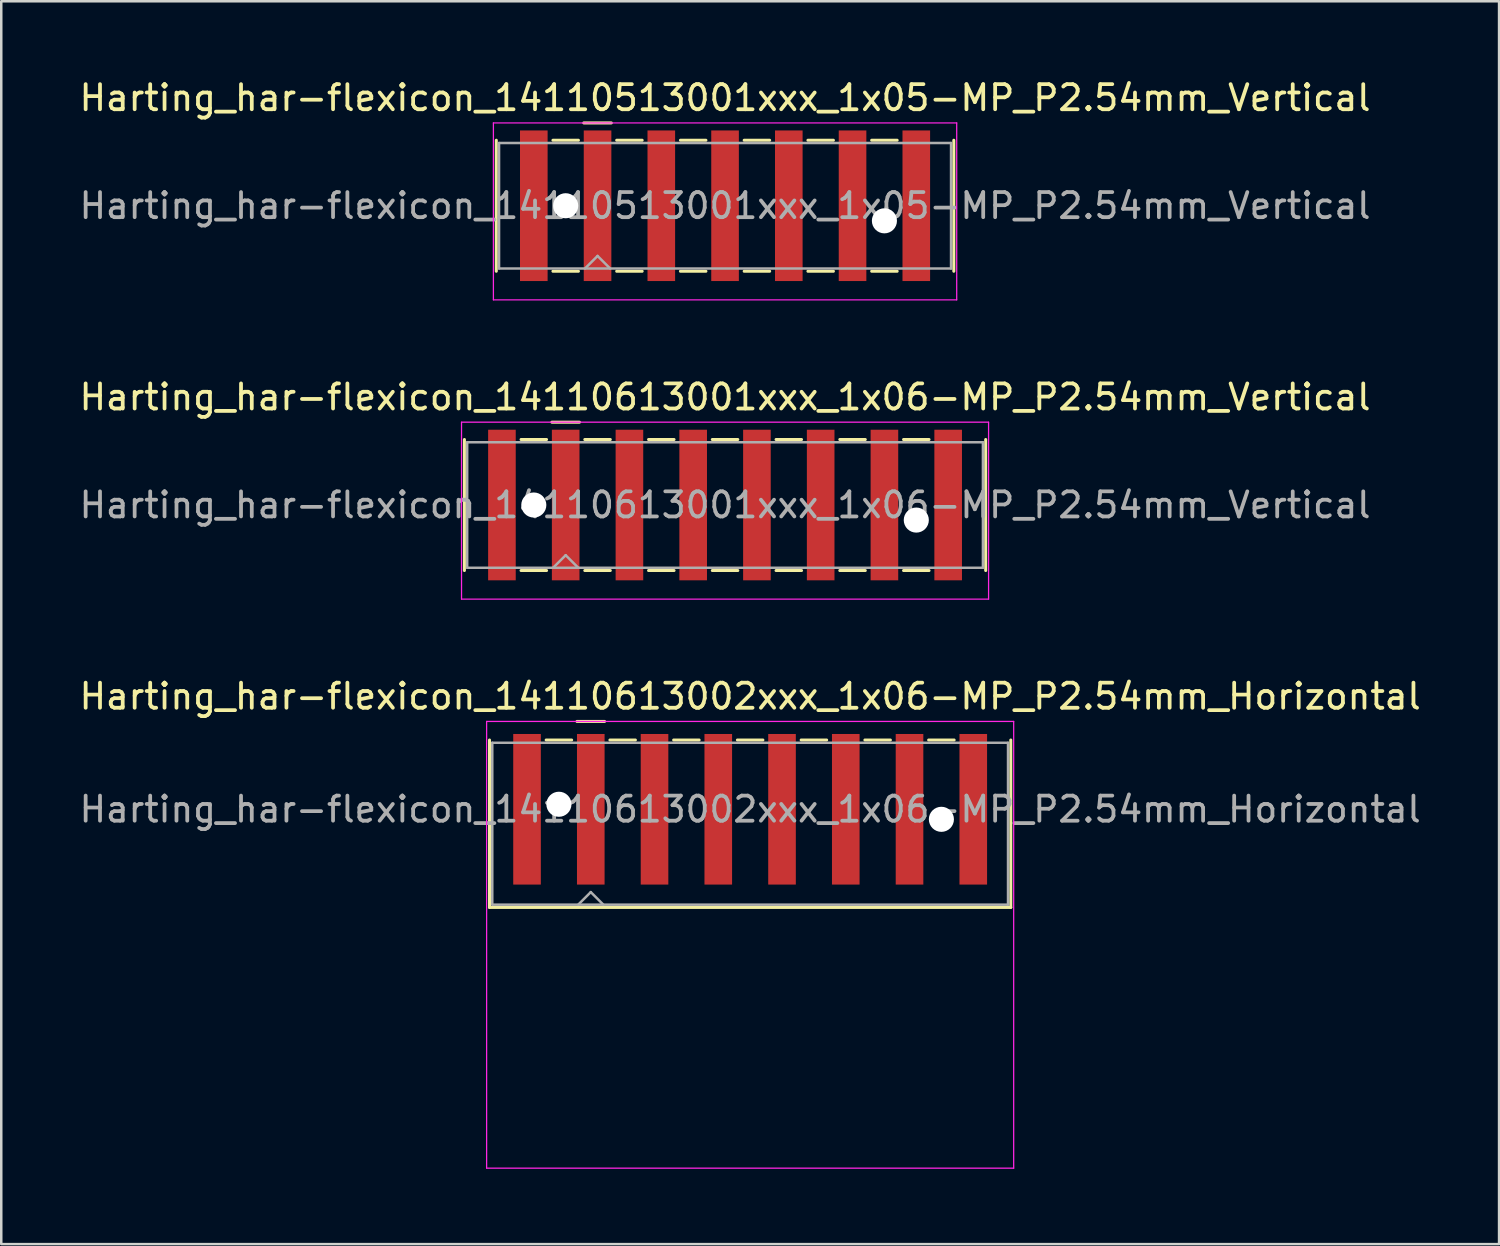
<source format=kicad_pcb>
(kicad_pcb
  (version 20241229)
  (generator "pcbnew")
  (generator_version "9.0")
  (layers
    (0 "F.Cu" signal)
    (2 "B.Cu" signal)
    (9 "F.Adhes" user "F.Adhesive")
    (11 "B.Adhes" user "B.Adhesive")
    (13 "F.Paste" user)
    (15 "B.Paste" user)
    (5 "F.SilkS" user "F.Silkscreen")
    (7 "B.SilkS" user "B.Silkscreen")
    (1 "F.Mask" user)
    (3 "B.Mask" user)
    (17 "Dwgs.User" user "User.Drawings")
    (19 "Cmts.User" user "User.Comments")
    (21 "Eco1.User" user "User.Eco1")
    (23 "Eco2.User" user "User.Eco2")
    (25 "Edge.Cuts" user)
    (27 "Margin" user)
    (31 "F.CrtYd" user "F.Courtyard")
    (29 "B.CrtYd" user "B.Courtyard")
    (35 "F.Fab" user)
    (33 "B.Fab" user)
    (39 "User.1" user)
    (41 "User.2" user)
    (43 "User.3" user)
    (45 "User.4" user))
  (footprint "Harting_har-flexicon_14110613001xxx_1x06-MP_P2.54mm_Vertical"
    (layer "F.Cu")
    (at 25.839 17.072)
    (property "Reference" "Harting_har-flexicon_14110613001xxx_1x06-MP_P2.54mm_Vertical" (at 0 -4.3 0) (layer "F.SilkS") (effects (font (size 1 1) (thickness 0.15))))
    (attr smd)
    (fp_line (start -10.385 -2.61) (end -10.385 2.61) (stroke (width 0.12) (type solid)) (layer "F.SilkS"))
    (fp_line (start -8.128 -2.61) (end -7.112 -2.61) (stroke (width 0.12) (type solid)) (layer "F.SilkS"))
    (fp_line (start -8.128 2.61) (end -7.112 2.61) (stroke (width 0.12) (type solid)) (layer "F.SilkS"))
    (fp_line (start -6.9 -3.3) (end -5.8 -3.3) (stroke (width 0.12) (type solid)) (layer "F.SilkS"))
    (fp_line (start -5.588 -2.61) (end -4.572 -2.61) (stroke (width 0.12) (type solid)) (layer "F.SilkS"))
    (fp_line (start -5.588 2.61) (end -4.572 2.61) (stroke (width 0.12) (type solid)) (layer "F.SilkS"))
    (fp_line (start -3.048 -2.61) (end -2.032 -2.61) (stroke (width 0.12) (type solid)) (layer "F.SilkS"))
    (fp_line (start -3.048 2.61) (end -2.032 2.61) (stroke (width 0.12) (type solid)) (layer "F.SilkS"))
    (fp_line (start -0.508 -2.61) (end 0.508 -2.61) (stroke (width 0.12) (type solid)) (layer "F.SilkS"))
    (fp_line (start -0.508 2.61) (end 0.508 2.61) (stroke (width 0.12) (type solid)) (layer "F.SilkS"))
    (fp_line (start 2.032 -2.61) (end 3.048 -2.61) (stroke (width 0.12) (type solid)) (layer "F.SilkS"))
    (fp_line (start 2.032 2.61) (end 3.048 2.61) (stroke (width 0.12) (type solid)) (layer "F.SilkS"))
    (fp_line (start 4.572 -2.61) (end 5.588 -2.61) (stroke (width 0.12) (type solid)) (layer "F.SilkS"))
    (fp_line (start 4.572 2.61) (end 5.588 2.61) (stroke (width 0.12) (type solid)) (layer "F.SilkS"))
    (fp_line (start 7.112 -2.61) (end 8.128 -2.61) (stroke (width 0.12) (type solid)) (layer "F.SilkS"))
    (fp_line (start 7.112 2.61) (end 8.128 2.61) (stroke (width 0.12) (type solid)) (layer "F.SilkS"))
    (fp_line (start 10.385 -2.61) (end 10.385 2.61) (stroke (width 0.12) (type solid)) (layer "F.SilkS"))
    (fp_line (start -10.5 -3.3) (end -10.5 3.75) (stroke (width 0.05) (type solid)) (layer "F.CrtYd"))
    (fp_line (start -10.5 3.75) (end 10.5 3.75) (stroke (width 0.05) (type solid)) (layer "F.CrtYd"))
    (fp_line (start 10.5 -3.3) (end -10.5 -3.3) (stroke (width 0.05) (type solid)) (layer "F.CrtYd"))
    (fp_line (start 10.5 3.75) (end 10.5 -3.3) (stroke (width 0.05) (type solid)) (layer "F.CrtYd"))
    (fp_line (start -10.275 -2.5) (end -10.275 2.5) (stroke (width 0.1) (type solid)) (layer "F.Fab"))
    (fp_line (start -10.275 2.5) (end 10.275 2.5) (stroke (width 0.1) (type solid)) (layer "F.Fab"))
    (fp_line (start -6.85 2.5) (end -6.35 2) (stroke (width 0.1) (type solid)) (layer "F.Fab"))
    (fp_line (start -6.35 2) (end -5.85 2.5) (stroke (width 0.1) (type solid)) (layer "F.Fab"))
    (fp_line (start 10.275 -2.5) (end -10.275 -2.5) (stroke (width 0.1) (type solid)) (layer "F.Fab"))
    (fp_line (start 10.275 2.5) (end 10.275 -2.5) (stroke (width 0.1) (type solid)) (layer "F.Fab"))
    (fp_text user "${REFERENCE}" (at 0 0 0) (layer "F.Fab") (effects (font (size 1 1) (thickness 0.15))))
    (pad "" np_thru_hole circle (at -7.62 0) (size 1 1) (drill 1) (layers "*.Cu" "*.Mask"))
    (pad "" np_thru_hole circle (at 7.62 0.6) (size 1 1) (drill 1) (layers "*.Cu" "*.Mask"))
    (pad "1" smd rect (at -6.35 0) (size 1.1 6) (layers "F.Cu" "F.Mask" "F.Paste"))
    (pad "2" smd rect (at -3.81 0) (size 1.1 6) (layers "F.Cu" "F.Mask" "F.Paste"))
    (pad "3" smd rect (at -1.27 0) (size 1.1 6) (layers "F.Cu" "F.Mask" "F.Paste"))
    (pad "4" smd rect (at 1.27 0) (size 1.1 6) (layers "F.Cu" "F.Mask" "F.Paste"))
    (pad "5" smd rect (at 3.81 0) (size 1.1 6) (layers "F.Cu" "F.Mask" "F.Paste"))
    (pad "6" smd rect (at 6.35 0) (size 1.1 6) (layers "F.Cu" "F.Mask" "F.Paste"))
    (pad "MP" smd rect (at -8.89 0) (size 1.1 6) (layers "F.Cu" "F.Mask" "F.Paste"))
    (pad "MP" smd rect (at 8.89 0) (size 1.1 6) (layers "F.Cu" "F.Mask" "F.Paste")))
  (footprint "Harting_har-flexicon_14110613002xxx_1x06-MP_P2.54mm_Horizontal"
    (layer "F.Cu")
    (at 26.839 30.495)
    (property "Reference" "Harting_har-flexicon_14110613002xxx_1x06-MP_P2.54mm_Horizontal" (at 0 -5.8 0) (layer "F.SilkS") (effects (font (size 1 1) (thickness 0.15))))
    (attr smd)
    (fp_line (start -10.385 -4.06) (end -10.385 2.61) (stroke (width 0.12) (type solid)) (layer "F.SilkS"))
    (fp_line (start -8.128 -4.06) (end -7.112 -4.06) (stroke (width 0.12) (type solid)) (layer "F.SilkS"))
    (fp_line (start -6.9 -4.8) (end -5.8 -4.8) (stroke (width 0.12) (type solid)) (layer "F.SilkS"))
    (fp_line (start -5.588 -4.06) (end -4.572 -4.06) (stroke (width 0.12) (type solid)) (layer "F.SilkS"))
    (fp_line (start -3.048 -4.06) (end -2.032 -4.06) (stroke (width 0.12) (type solid)) (layer "F.SilkS"))
    (fp_line (start -0.508 -4.06) (end 0.508 -4.06) (stroke (width 0.12) (type solid)) (layer "F.SilkS"))
    (fp_line (start 2.032 -4.06) (end 3.048 -4.06) (stroke (width 0.12) (type solid)) (layer "F.SilkS"))
    (fp_line (start 4.572 -4.06) (end 5.588 -4.06) (stroke (width 0.12) (type solid)) (layer "F.SilkS"))
    (fp_line (start 7.112 -4.06) (end 8.128 -4.06) (stroke (width 0.12) (type solid)) (layer "F.SilkS"))
    (fp_line (start 10.385 -4.06) (end 10.385 2.61) (stroke (width 0.12) (type solid)) (layer "F.SilkS"))
    (fp_line (start 10.385 2.61) (end -10.385 2.61) (stroke (width 0.12) (type solid)) (layer "F.SilkS"))
    (fp_line (start -10.5 -4.8) (end -10.5 13) (stroke (width 0.05) (type solid)) (layer "F.CrtYd"))
    (fp_line (start -10.5 13) (end 10.5 13) (stroke (width 0.05) (type solid)) (layer "F.CrtYd"))
    (fp_line (start 10.5 -4.8) (end -10.5 -4.8) (stroke (width 0.05) (type solid)) (layer "F.CrtYd"))
    (fp_line (start 10.5 13) (end 10.5 -4.8) (stroke (width 0.05) (type solid)) (layer "F.CrtYd"))
    (fp_line (start -10.275 -3.95) (end -10.275 2.5) (stroke (width 0.1) (type solid)) (layer "F.Fab"))
    (fp_line (start -10.275 2.5) (end 10.275 2.5) (stroke (width 0.1) (type solid)) (layer "F.Fab"))
    (fp_line (start -6.85 2.5) (end -6.35 2) (stroke (width 0.1) (type solid)) (layer "F.Fab"))
    (fp_line (start -6.35 2) (end -5.85 2.5) (stroke (width 0.1) (type solid)) (layer "F.Fab"))
    (fp_line (start 10.275 -3.95) (end -10.275 -3.95) (stroke (width 0.1) (type solid)) (layer "F.Fab"))
    (fp_line (start 10.275 2.5) (end 10.275 -3.95) (stroke (width 0.1) (type solid)) (layer "F.Fab"))
    (fp_text user "${REFERENCE}" (at 0 -1.3 0) (layer "F.Fab") (effects (font (size 1 1) (thickness 0.15))))
    (pad "" np_thru_hole circle (at -7.62 -1.5) (size 1 1) (drill 1) (layers "*.Cu" "*.Mask"))
    (pad "" np_thru_hole circle (at 7.62 -0.9) (size 1 1) (drill 1) (layers "*.Cu" "*.Mask"))
    (pad "1" smd rect (at -6.35 -1.3) (size 1.1 6) (layers "F.Cu" "F.Mask" "F.Paste"))
    (pad "2" smd rect (at -3.81 -1.3) (size 1.1 6) (layers "F.Cu" "F.Mask" "F.Paste"))
    (pad "3" smd rect (at -1.27 -1.3) (size 1.1 6) (layers "F.Cu" "F.Mask" "F.Paste"))
    (pad "4" smd rect (at 1.27 -1.3) (size 1.1 6) (layers "F.Cu" "F.Mask" "F.Paste"))
    (pad "5" smd rect (at 3.81 -1.3) (size 1.1 6) (layers "F.Cu" "F.Mask" "F.Paste"))
    (pad "6" smd rect (at 6.35 -1.3) (size 1.1 6) (layers "F.Cu" "F.Mask" "F.Paste"))
    (pad "MP" smd rect (at -8.89 -1.3) (size 1.1 6) (layers "F.Cu" "F.Mask" "F.Paste"))
    (pad "MP" smd rect (at 8.89 -1.3) (size 1.1 6) (layers "F.Cu" "F.Mask" "F.Paste")))
  (footprint "Harting_har-flexicon_14110513001xxx_1x05-MP_P2.54mm_Vertical"
    (layer "F.Cu")
    (at 25.839 5.148)
    (property "Reference" "Harting_har-flexicon_14110513001xxx_1x05-MP_P2.54mm_Vertical" (at 0 -4.3 0) (layer "F.SilkS") (effects (font (size 1 1) (thickness 0.15))))
    (attr smd)
    (fp_line (start -9.115 -2.61) (end -9.115 2.61) (stroke (width 0.12) (type solid)) (layer "F.SilkS"))
    (fp_line (start -6.858 -2.61) (end -5.842 -2.61) (stroke (width 0.12) (type solid)) (layer "F.SilkS"))
    (fp_line (start -6.858 2.61) (end -5.842 2.61) (stroke (width 0.12) (type solid)) (layer "F.SilkS"))
    (fp_line (start -5.63 -3.3) (end -4.53 -3.3) (stroke (width 0.12) (type solid)) (layer "F.SilkS"))
    (fp_line (start -4.318 -2.61) (end -3.302 -2.61) (stroke (width 0.12) (type solid)) (layer "F.SilkS"))
    (fp_line (start -4.318 2.61) (end -3.302 2.61) (stroke (width 0.12) (type solid)) (layer "F.SilkS"))
    (fp_line (start -1.778 -2.61) (end -0.762 -2.61) (stroke (width 0.12) (type solid)) (layer "F.SilkS"))
    (fp_line (start -1.778 2.61) (end -0.762 2.61) (stroke (width 0.12) (type solid)) (layer "F.SilkS"))
    (fp_line (start 0.762 -2.61) (end 1.778 -2.61) (stroke (width 0.12) (type solid)) (layer "F.SilkS"))
    (fp_line (start 0.762 2.61) (end 1.778 2.61) (stroke (width 0.12) (type solid)) (layer "F.SilkS"))
    (fp_line (start 3.302 -2.61) (end 4.318 -2.61) (stroke (width 0.12) (type solid)) (layer "F.SilkS"))
    (fp_line (start 3.302 2.61) (end 4.318 2.61) (stroke (width 0.12) (type solid)) (layer "F.SilkS"))
    (fp_line (start 5.842 -2.61) (end 6.858 -2.61) (stroke (width 0.12) (type solid)) (layer "F.SilkS"))
    (fp_line (start 5.842 2.61) (end 6.858 2.61) (stroke (width 0.12) (type solid)) (layer "F.SilkS"))
    (fp_line (start 9.115 -2.61) (end 9.115 2.61) (stroke (width 0.12) (type solid)) (layer "F.SilkS"))
    (fp_line (start -9.23 -3.3) (end -9.23 3.75) (stroke (width 0.05) (type solid)) (layer "F.CrtYd"))
    (fp_line (start -9.23 3.75) (end 9.23 3.75) (stroke (width 0.05) (type solid)) (layer "F.CrtYd"))
    (fp_line (start 9.23 -3.3) (end -9.23 -3.3) (stroke (width 0.05) (type solid)) (layer "F.CrtYd"))
    (fp_line (start 9.23 3.75) (end 9.23 -3.3) (stroke (width 0.05) (type solid)) (layer "F.CrtYd"))
    (fp_line (start -9.005 -2.5) (end -9.005 2.5) (stroke (width 0.1) (type solid)) (layer "F.Fab"))
    (fp_line (start -9.005 2.5) (end 9.005 2.5) (stroke (width 0.1) (type solid)) (layer "F.Fab"))
    (fp_line (start -5.58 2.5) (end -5.08 2) (stroke (width 0.1) (type solid)) (layer "F.Fab"))
    (fp_line (start -5.08 2) (end -4.58 2.5) (stroke (width 0.1) (type solid)) (layer "F.Fab"))
    (fp_line (start 9.005 -2.5) (end -9.005 -2.5) (stroke (width 0.1) (type solid)) (layer "F.Fab"))
    (fp_line (start 9.005 2.5) (end 9.005 -2.5) (stroke (width 0.1) (type solid)) (layer "F.Fab"))
    (fp_text user "${REFERENCE}" (at 0 0 0) (layer "F.Fab") (effects (font (size 1 1) (thickness 0.15))))
    (pad "" np_thru_hole circle (at -6.35 0) (size 1 1) (drill 1) (layers "*.Cu" "*.Mask"))
    (pad "" np_thru_hole circle (at 6.35 0.6) (size 1 1) (drill 1) (layers "*.Cu" "*.Mask"))
    (pad "1" smd rect (at -5.08 0) (size 1.1 6) (layers "F.Cu" "F.Mask" "F.Paste"))
    (pad "2" smd rect (at -2.54 0) (size 1.1 6) (layers "F.Cu" "F.Mask" "F.Paste"))
    (pad "3" smd rect (at 0 0) (size 1.1 6) (layers "F.Cu" "F.Mask" "F.Paste"))
    (pad "4" smd rect (at 2.54 0) (size 1.1 6) (layers "F.Cu" "F.Mask" "F.Paste"))
    (pad "5" smd rect (at 5.08 0) (size 1.1 6) (layers "F.Cu" "F.Mask" "F.Paste"))
    (pad "MP" smd rect (at -7.62 0) (size 1.1 6) (layers "F.Cu" "F.Mask" "F.Paste"))
    (pad "MP" smd rect (at 7.62 0) (size 1.1 6) (layers "F.Cu" "F.Mask" "F.Paste")))
  (gr_rect
    (start -3 -3)
    (end 56.679 46.52)
    (stroke (width 0.1) (type default))
    (fill no)
    (layer "Edge.Cuts")))
</source>
